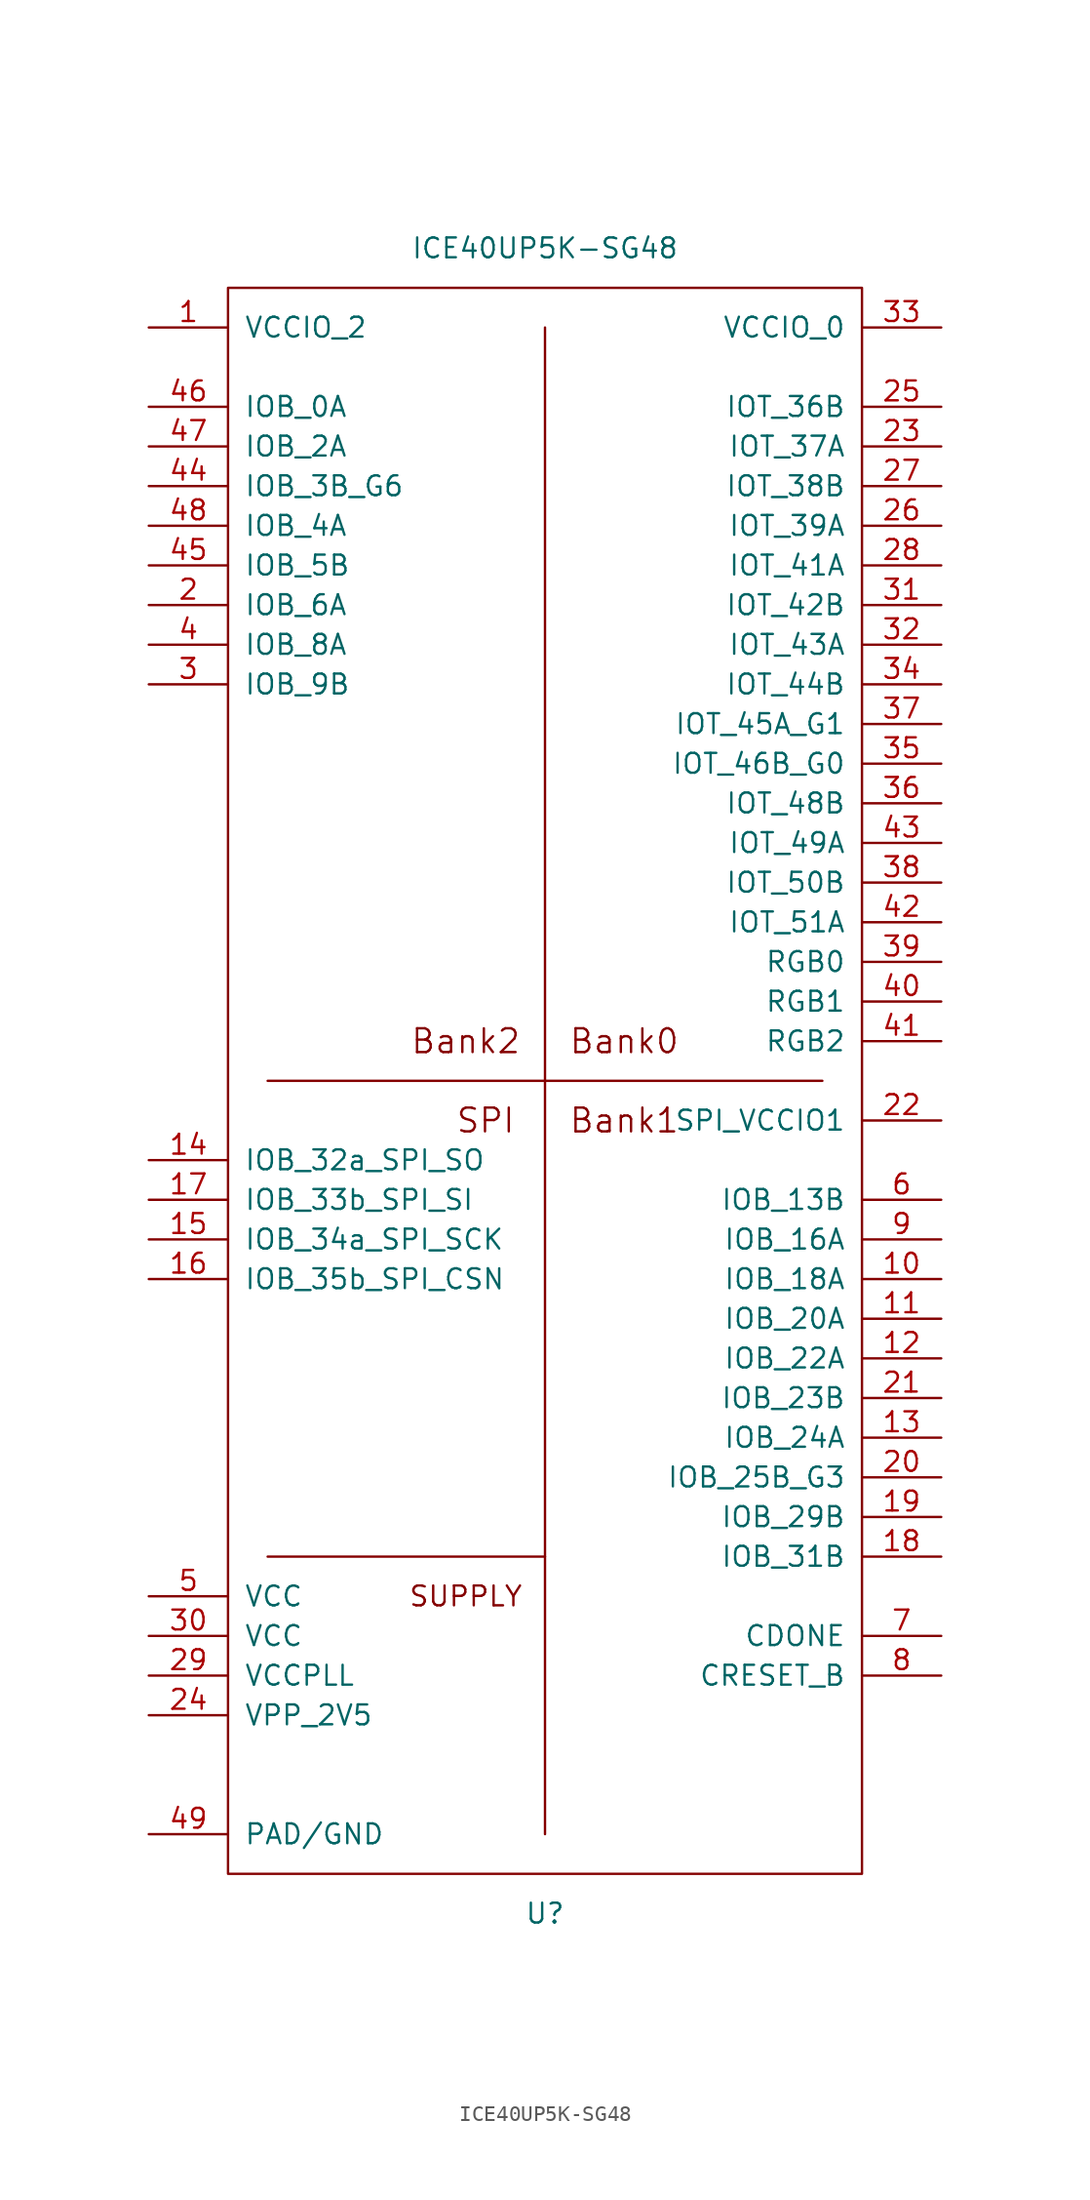
<source format=kicad_sym>
(kicad_symbol_lib
  (version 20201005)
  (generator kicad_symbol_editor)
  (symbol "pkl_lattice:ICE40UP5K-SG48"
    (pin_names
      (offset 1.016))
    (property "Reference" "U"
      (at 0 -53.34 0)
      (effects (font (size 1.27 1.27))))
    (property "Value" "ICE40UP5K-SG48"
      (at 0 53.34 0)
      (effects (font (size 1.27 1.27))))
    (symbol "ICE40UP5K-SG48_0_0"
      (text "SUPPLY" (at -5.08 -33.02 0) (effects (font (size 1.27 1.27)))))
    (symbol "ICE40UP5K-SG48_1_0"
      (text "Bank0" (at 5.08 2.54 0) (effects (font (size 1.524 1.524))))
      (text "Bank1" (at 5.08 -2.54 0) (effects (font (size 1.524 1.524))))
      (text "Bank2" (at -5.08 2.54 0) (effects (font (size 1.524 1.524))))
      (text "SPI" (at -3.81 -2.54 0) (effects (font (size 1.524 1.524)))))
    (symbol "ICE40UP5K-SG48_1_1"
      (rectangle (start -20.32 50.8) (end 20.32 -50.8) (stroke (width 0)) (fill (type none)))
      (polyline (pts (xy -17.78 -30.48) (xy 0 -30.48)) (stroke (width 0)) (fill (type none)))
      (polyline (pts (xy -17.78 0) (xy 17.78 0)) (stroke (width 0)) (fill (type none)))
      (polyline (pts (xy 0 48.26) (xy 0 -48.26)) (stroke (width 0)) (fill (type none)))
      (pin passive line (at -25.4 48.26 0) (length 5.08) (name "VCCIO_2" (effects (font (size 1.27 1.27)))) (number "1" (effects (font (size 1.27 1.27)))))
      (pin passive line (at 25.4 -12.7 180) (length 5.08) (name "IOB_18A" (effects (font (size 1.27 1.27)))) (number "10" (effects (font (size 1.27 1.27)))))
      (pin passive line (at 25.4 -15.24 180) (length 5.08) (name "IOB_20A" (effects (font (size 1.27 1.27)))) (number "11" (effects (font (size 1.27 1.27)))))
      (pin passive line (at 25.4 -17.78 180) (length 5.08) (name "IOB_22A" (effects (font (size 1.27 1.27)))) (number "12" (effects (font (size 1.27 1.27)))))
      (pin passive line (at 25.4 -22.86 180) (length 5.08) (name "IOB_24A" (effects (font (size 1.27 1.27)))) (number "13" (effects (font (size 1.27 1.27)))))
      (pin passive line (at -25.4 -5.08 0) (length 5.08) (name "IOB_32a_SPI_SO" (effects (font (size 1.27 1.27)))) (number "14" (effects (font (size 1.27 1.27)))))
      (pin passive line (at -25.4 -10.16 0) (length 5.08) (name "IOB_34a_SPI_SCK" (effects (font (size 1.27 1.27)))) (number "15" (effects (font (size 1.27 1.27)))))
      (pin passive line (at -25.4 -12.7 0) (length 5.08) (name "IOB_35b_SPI_CSN" (effects (font (size 1.27 1.27)))) (number "16" (effects (font (size 1.27 1.27)))))
      (pin passive line (at -25.4 -7.62 0) (length 5.08) (name "IOB_33b_SPI_SI" (effects (font (size 1.27 1.27)))) (number "17" (effects (font (size 1.27 1.27)))))
      (pin passive line (at 25.4 -30.48 180) (length 5.08) (name "IOB_31B" (effects (font (size 1.27 1.27)))) (number "18" (effects (font (size 1.27 1.27)))))
      (pin passive line (at 25.4 -27.94 180) (length 5.08) (name "IOB_29B" (effects (font (size 1.27 1.27)))) (number "19" (effects (font (size 1.27 1.27)))))
      (pin passive line (at -25.4 30.48 0) (length 5.08) (name "IOB_6A" (effects (font (size 1.27 1.27)))) (number "2" (effects (font (size 1.27 1.27)))))
      (pin passive line (at 25.4 -25.4 180) (length 5.08) (name "IOB_25B_G3" (effects (font (size 1.27 1.27)))) (number "20" (effects (font (size 1.27 1.27)))))
      (pin passive line (at 25.4 -20.32 180) (length 5.08) (name "IOB_23B" (effects (font (size 1.27 1.27)))) (number "21" (effects (font (size 1.27 1.27)))))
      (pin passive line (at 25.4 -2.54 180) (length 5.08) (name "SPI_VCCIO1" (effects (font (size 1.27 1.27)))) (number "22" (effects (font (size 1.27 1.27)))))
      (pin passive line (at 25.4 40.64 180) (length 5.08) (name "IOT_37A" (effects (font (size 1.27 1.27)))) (number "23" (effects (font (size 1.27 1.27)))))
      (pin passive line (at -25.4 -40.64 0) (length 5.08) (name "VPP_2V5" (effects (font (size 1.27 1.27)))) (number "24" (effects (font (size 1.27 1.27)))))
      (pin passive line (at 25.4 43.18 180) (length 5.08) (name "IOT_36B" (effects (font (size 1.27 1.27)))) (number "25" (effects (font (size 1.27 1.27)))))
      (pin passive line (at 25.4 35.56 180) (length 5.08) (name "IOT_39A" (effects (font (size 1.27 1.27)))) (number "26" (effects (font (size 1.27 1.27)))))
      (pin passive line (at 25.4 38.1 180) (length 5.08) (name "IOT_38B" (effects (font (size 1.27 1.27)))) (number "27" (effects (font (size 1.27 1.27)))))
      (pin passive line (at 25.4 33.02 180) (length 5.08) (name "IOT_41A" (effects (font (size 1.27 1.27)))) (number "28" (effects (font (size 1.27 1.27)))))
      (pin passive line (at -25.4 -38.1 0) (length 5.08) (name "VCCPLL" (effects (font (size 1.27 1.27)))) (number "29" (effects (font (size 1.27 1.27)))))
      (pin passive line (at -25.4 25.4 0) (length 5.08) (name "IOB_9B" (effects (font (size 1.27 1.27)))) (number "3" (effects (font (size 1.27 1.27)))))
      (pin passive line (at -25.4 -35.56 0) (length 5.08) (name "VCC" (effects (font (size 1.27 1.27)))) (number "30" (effects (font (size 1.27 1.27)))))
      (pin passive line (at 25.4 30.48 180) (length 5.08) (name "IOT_42B" (effects (font (size 1.27 1.27)))) (number "31" (effects (font (size 1.27 1.27)))))
      (pin passive line (at 25.4 27.94 180) (length 5.08) (name "IOT_43A" (effects (font (size 1.27 1.27)))) (number "32" (effects (font (size 1.27 1.27)))))
      (pin passive line (at 25.4 48.26 180) (length 5.08) (name "VCCIO_0" (effects (font (size 1.27 1.27)))) (number "33" (effects (font (size 1.27 1.27)))))
      (pin passive line (at 25.4 25.4 180) (length 5.08) (name "IOT_44B" (effects (font (size 1.27 1.27)))) (number "34" (effects (font (size 1.27 1.27)))))
      (pin passive line (at 25.4 20.32 180) (length 5.08) (name "IOT_46B_G0" (effects (font (size 1.27 1.27)))) (number "35" (effects (font (size 1.27 1.27)))))
      (pin passive line (at 25.4 17.78 180) (length 5.08) (name "IOT_48B" (effects (font (size 1.27 1.27)))) (number "36" (effects (font (size 1.27 1.27)))))
      (pin passive line (at 25.4 22.86 180) (length 5.08) (name "IOT_45A_G1" (effects (font (size 1.27 1.27)))) (number "37" (effects (font (size 1.27 1.27)))))
      (pin passive line (at 25.4 12.7 180) (length 5.08) (name "IOT_50B" (effects (font (size 1.27 1.27)))) (number "38" (effects (font (size 1.27 1.27)))))
      (pin passive line (at 25.4 7.62 180) (length 5.08) (name "RGB0" (effects (font (size 1.27 1.27)))) (number "39" (effects (font (size 1.27 1.27)))))
      (pin passive line (at -25.4 27.94 0) (length 5.08) (name "IOB_8A" (effects (font (size 1.27 1.27)))) (number "4" (effects (font (size 1.27 1.27)))))
      (pin passive line (at 25.4 5.08 180) (length 5.08) (name "RGB1" (effects (font (size 1.27 1.27)))) (number "40" (effects (font (size 1.27 1.27)))))
      (pin passive line (at 25.4 2.54 180) (length 5.08) (name "RGB2" (effects (font (size 1.27 1.27)))) (number "41" (effects (font (size 1.27 1.27)))))
      (pin passive line (at 25.4 10.16 180) (length 5.08) (name "IOT_51A" (effects (font (size 1.27 1.27)))) (number "42" (effects (font (size 1.27 1.27)))))
      (pin passive line (at 25.4 15.24 180) (length 5.08) (name "IOT_49A" (effects (font (size 1.27 1.27)))) (number "43" (effects (font (size 1.27 1.27)))))
      (pin passive line (at -25.4 38.1 0) (length 5.08) (name "IOB_3B_G6" (effects (font (size 1.27 1.27)))) (number "44" (effects (font (size 1.27 1.27)))))
      (pin passive line (at -25.4 33.02 0) (length 5.08) (name "IOB_5B" (effects (font (size 1.27 1.27)))) (number "45" (effects (font (size 1.27 1.27)))))
      (pin passive line (at -25.4 43.18 0) (length 5.08) (name "IOB_0A" (effects (font (size 1.27 1.27)))) (number "46" (effects (font (size 1.27 1.27)))))
      (pin passive line (at -25.4 40.64 0) (length 5.08) (name "IOB_2A" (effects (font (size 1.27 1.27)))) (number "47" (effects (font (size 1.27 1.27)))))
      (pin passive line (at -25.4 35.56 0) (length 5.08) (name "IOB_4A" (effects (font (size 1.27 1.27)))) (number "48" (effects (font (size 1.27 1.27)))))
      (pin passive line (at -25.4 -48.26 0) (length 5.08) (name "PAD/GND" (effects (font (size 1.27 1.27)))) (number "49" (effects (font (size 1.27 1.27)))))
      (pin passive line (at -25.4 -33.02 0) (length 5.08) (name "VCC" (effects (font (size 1.27 1.27)))) (number "5" (effects (font (size 1.27 1.27)))))
      (pin passive line (at 25.4 -7.62 180) (length 5.08) (name "IOB_13B" (effects (font (size 1.27 1.27)))) (number "6" (effects (font (size 1.27 1.27)))))
      (pin passive line (at 25.4 -35.56 180) (length 5.08) (name "CDONE" (effects (font (size 1.27 1.27)))) (number "7" (effects (font (size 1.27 1.27)))))
      (pin passive line (at 25.4 -38.1 180) (length 5.08) (name "CRESET_B" (effects (font (size 1.27 1.27)))) (number "8" (effects (font (size 1.27 1.27)))))
      (pin passive line (at 25.4 -10.16 180) (length 5.08) (name "IOB_16A" (effects (font (size 1.27 1.27)))) (number "9" (effects (font (size 1.27 1.27))))))))
</source>
